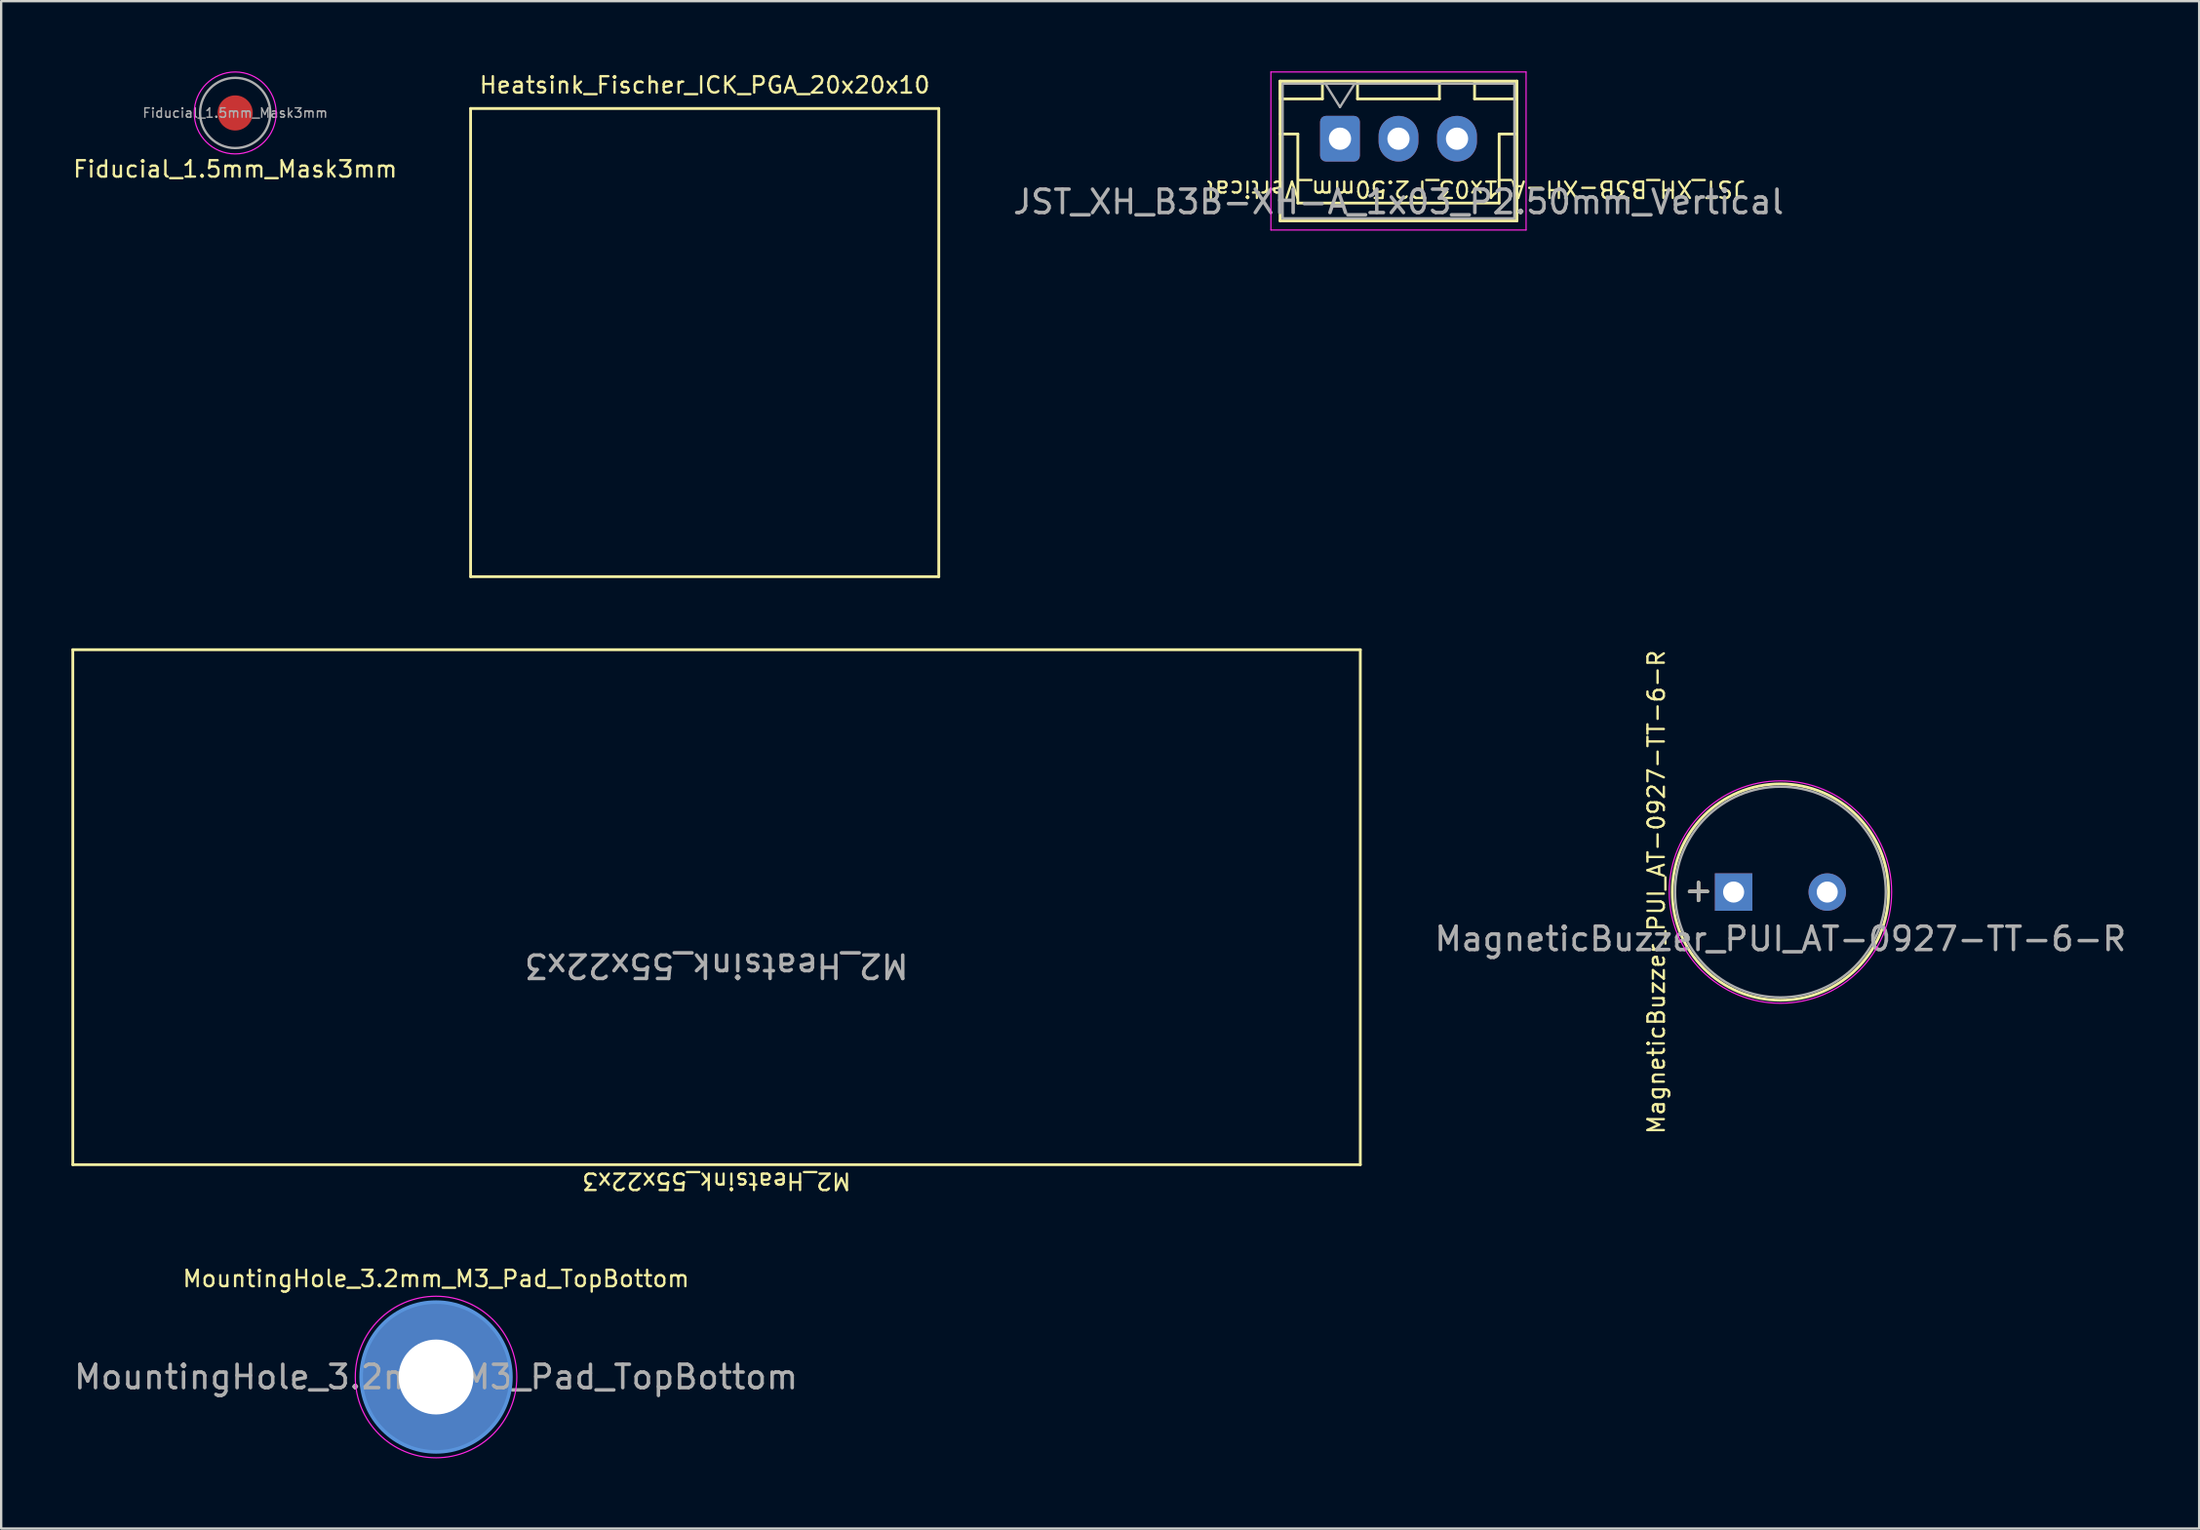
<source format=kicad_pcb>
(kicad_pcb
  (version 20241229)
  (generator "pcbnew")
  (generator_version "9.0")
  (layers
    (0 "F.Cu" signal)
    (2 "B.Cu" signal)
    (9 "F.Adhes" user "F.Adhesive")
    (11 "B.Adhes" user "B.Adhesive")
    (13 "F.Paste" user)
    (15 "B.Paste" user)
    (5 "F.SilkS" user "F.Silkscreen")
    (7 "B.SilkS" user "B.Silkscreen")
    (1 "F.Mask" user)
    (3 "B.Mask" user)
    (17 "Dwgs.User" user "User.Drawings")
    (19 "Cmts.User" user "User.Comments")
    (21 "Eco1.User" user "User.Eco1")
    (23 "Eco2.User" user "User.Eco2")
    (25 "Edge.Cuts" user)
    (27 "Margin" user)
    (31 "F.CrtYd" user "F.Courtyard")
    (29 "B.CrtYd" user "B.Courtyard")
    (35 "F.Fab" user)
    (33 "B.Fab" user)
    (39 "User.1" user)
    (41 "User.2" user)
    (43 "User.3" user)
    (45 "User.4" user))
  (footprint "MountingHole_3.2mm_M3_Pad_TopBottom"
    (layer "F.Cu")
    (at 15.577 55.775)
    (property "Reference" "MountingHole_3.2mm_M3_Pad_TopBottom" (at 0 -4.2 0) (unlocked yes) (layer "F.SilkS") (effects (font (size 0.7 0.7) (thickness 0.1))))
    (attr exclude_from_pos_files exclude_from_bom)
    (fp_circle (center 0 0) (end 3.2 0) (stroke (width 0.15) (type solid)) (fill no) (layer "Cmts.User"))
    (fp_circle (center 0 0) (end 3.45 0) (stroke (width 0.05) (type solid)) (fill no) (layer "F.CrtYd"))
    (fp_text user "${REFERENCE}" (at 0 0 0) (layer "F.Fab") (effects (font (size 1 1) (thickness 0.15))))
    (pad "1" thru_hole circle (at 0 0) (size 3.6 3.6) (drill 3.2) (layers "*.Cu" "*.Mask"))
    (pad "1" connect circle (at 0 0) (size 6.4 6.4) (layers "F.Cu" "F.Mask"))
    (pad "1" connect circle (at 0 0) (size 6.4 6.4) (layers "B.Cu" "B.Mask")))
  (footprint "Fiducial_1.5mm_Mask3mm"
    (layer "F.Cu")
    (at 6.997 1.775)
    (property "Reference" "Fiducial_1.5mm_Mask3mm" (at 0 2.4 0) (unlocked yes) (layer "F.SilkS") (effects (font (size 0.7 0.7) (thickness 0.1))))
    (attr smd exclude_from_bom)
    (fp_circle (center 0 0) (end 1.75 0) (stroke (width 0.05) (type solid)) (fill no) (layer "F.CrtYd"))
    (fp_circle (center 0 0) (end 1.5 0) (stroke (width 0.1) (type solid)) (fill no) (layer "F.Fab"))
    (fp_text user "${REFERENCE}" (at 0 0 0) (layer "F.Fab") (effects (font (size 0.4 0.4) (thickness 0.06))))
    (pad "" smd circle (at 0 0) (size 1.5 1.5) (layers "F.Cu" "F.Mask")))
  (footprint "M2_Heatsink_55x22x3"
    (layer "F.Cu")
    (at 27.56 35.705)
    (property "Reference" "M2_Heatsink_55x22x3" (at 0 11.7 180) (unlocked yes) (layer "F.SilkS") (effects (font (size 0.7 0.7) (thickness 0.1))))
    (fp_line (start -27.5 -11) (end 27.5 -11) (stroke (width 0.12) (type solid)) (layer "F.SilkS"))
    (fp_line (start -27.5 11) (end -27.5 -11) (stroke (width 0.12) (type solid)) (layer "F.SilkS"))
    (fp_line (start 27.5 -11) (end 27.5 11) (stroke (width 0.12) (type solid)) (layer "F.SilkS"))
    (fp_line (start 27.5 11) (end -27.5 11) (stroke (width 0.12) (type solid)) (layer "F.SilkS"))
    (fp_text user "${REFERENCE}" (at 0 2.5 180) (unlocked yes) (layer "F.Fab") (effects (font (size 1 1) (thickness 0.15)))))
  (footprint "MagneticBuzzer_PUI_AT-0927-TT-6-R"
    (layer "F.Cu")
    (at 71.007 35.058)
    (property "Reference" "MagneticBuzzer_PUI_AT-0927-TT-6-R" (at -3.3 0 90) (layer "F.SilkS") (effects (font (size 0.7 0.7) (thickness 0.1))))
    (attr through_hole)
    (fp_circle (center 2 0) (end 6.62 0) (stroke (width 0.12) (type solid)) (fill no) (layer "F.SilkS"))
    (fp_circle (center 2 0) (end 6.75 0) (stroke (width 0.05) (type solid)) (fill no) (layer "F.CrtYd"))
    (fp_circle (center 2 0) (end 6.5 0) (stroke (width 0.1) (type solid)) (fill no) (layer "F.Fab"))
    (fp_text user "+" (at -1.5 -0.1 0) (layer "F.SilkS") (effects (font (size 1 1) (thickness 0.15))))
    (fp_text user "+" (at -1.5 -0.1 0) (layer "F.Fab") (effects (font (size 1 1) (thickness 0.15))))
    (fp_text user "${REFERENCE}" (at 2 2 0) (layer "F.Fab") (effects (font (size 1 1) (thickness 0.15))))
    (pad "1" thru_hole rect (at 0 0) (size 1.6 1.6) (drill 0.9) (layers "*.Cu" "*.Mask"))
    (pad "2" thru_hole circle (at 4 0) (size 1.6 1.6) (drill 0.9) (layers "*.Cu" "*.Mask")))
  (footprint "JST_XH_B3B-XH-A_1x03_P2.50mm_Vertical"
    (layer "F.Cu")
    (at 54.191 2.875)
    (property "Reference" "JST_XH_B3B-XH-A_1x03_P2.50mm_Vertical" (at 5.8 2.15 180) (unlocked yes) (layer "F.SilkS") (effects (font (size 0.7 0.7) (thickness 0.1))))
    (attr through_hole)
    (fp_line (start -2.56 -2.46) (end -2.56 3.51) (stroke (width 0.12) (type solid)) (layer "F.SilkS"))
    (fp_line (start -2.56 3.51) (end 7.56 3.51) (stroke (width 0.12) (type solid)) (layer "F.SilkS"))
    (fp_line (start -2.55 -2.45) (end -2.55 -1.7) (stroke (width 0.12) (type solid)) (layer "F.SilkS"))
    (fp_line (start -2.55 -1.7) (end -0.75 -1.7) (stroke (width 0.12) (type solid)) (layer "F.SilkS"))
    (fp_line (start -2.55 -0.2) (end -1.8 -0.2) (stroke (width 0.12) (type solid)) (layer "F.SilkS"))
    (fp_line (start -1.8 -0.2) (end -1.8 2.75) (stroke (width 0.12) (type solid)) (layer "F.SilkS"))
    (fp_line (start -1.8 2.75) (end 2.5 2.75) (stroke (width 0.12) (type solid)) (layer "F.SilkS"))
    (fp_line (start -0.75 -2.45) (end -2.55 -2.45) (stroke (width 0.12) (type solid)) (layer "F.SilkS"))
    (fp_line (start -0.75 -1.7) (end -0.75 -2.45) (stroke (width 0.12) (type solid)) (layer "F.SilkS"))
    (fp_line (start 0.75 -2.45) (end 0.75 -1.7) (stroke (width 0.12) (type solid)) (layer "F.SilkS"))
    (fp_line (start 0.75 -1.7) (end 4.25 -1.7) (stroke (width 0.12) (type solid)) (layer "F.SilkS"))
    (fp_line (start 4.25 -2.45) (end 0.75 -2.45) (stroke (width 0.12) (type solid)) (layer "F.SilkS"))
    (fp_line (start 4.25 -1.7) (end 4.25 -2.45) (stroke (width 0.12) (type solid)) (layer "F.SilkS"))
    (fp_line (start 5.75 -2.45) (end 5.75 -1.7) (stroke (width 0.12) (type solid)) (layer "F.SilkS"))
    (fp_line (start 5.75 -1.7) (end 7.55 -1.7) (stroke (width 0.12) (type solid)) (layer "F.SilkS"))
    (fp_line (start 6.8 -0.2) (end 6.8 2.75) (stroke (width 0.12) (type solid)) (layer "F.SilkS"))
    (fp_line (start 6.8 2.75) (end 2.5 2.75) (stroke (width 0.12) (type solid)) (layer "F.SilkS"))
    (fp_line (start 7.55 -2.45) (end 5.75 -2.45) (stroke (width 0.12) (type solid)) (layer "F.SilkS"))
    (fp_line (start 7.55 -1.7) (end 7.55 -2.45) (stroke (width 0.12) (type solid)) (layer "F.SilkS"))
    (fp_line (start 7.55 -0.2) (end 6.8 -0.2) (stroke (width 0.12) (type solid)) (layer "F.SilkS"))
    (fp_line (start 7.56 -2.46) (end -2.56 -2.46) (stroke (width 0.12) (type solid)) (layer "F.SilkS"))
    (fp_line (start 7.56 3.51) (end 7.56 -2.46) (stroke (width 0.12) (type solid)) (layer "F.SilkS"))
    (fp_line (start -2.95 -2.85) (end -2.95 3.9) (stroke (width 0.05) (type solid)) (layer "F.CrtYd"))
    (fp_line (start -2.95 3.9) (end 7.95 3.9) (stroke (width 0.05) (type solid)) (layer "F.CrtYd"))
    (fp_line (start 7.95 -2.85) (end -2.95 -2.85) (stroke (width 0.05) (type solid)) (layer "F.CrtYd"))
    (fp_line (start 7.95 3.9) (end 7.95 -2.85) (stroke (width 0.05) (type solid)) (layer "F.CrtYd"))
    (fp_line (start -2.45 -2.35) (end -2.45 3.4) (stroke (width 0.1) (type solid)) (layer "F.Fab"))
    (fp_line (start -2.45 3.4) (end 7.45 3.4) (stroke (width 0.1) (type solid)) (layer "F.Fab"))
    (fp_line (start -0.625 -2.35) (end 0 -1.35) (stroke (width 0.1) (type solid)) (layer "F.Fab"))
    (fp_line (start 0 -1.35) (end 0.625 -2.35) (stroke (width 0.1) (type solid)) (layer "F.Fab"))
    (fp_line (start 7.45 -2.35) (end -2.45 -2.35) (stroke (width 0.1) (type solid)) (layer "F.Fab"))
    (fp_line (start 7.45 3.4) (end 7.45 -2.35) (stroke (width 0.1) (type solid)) (layer "F.Fab"))
    (fp_text user "${REFERENCE}" (at 2.5 2.7 180) (layer "F.Fab") (effects (font (size 1 1) (thickness 0.15))))
    (pad "1" thru_hole roundrect (at 0 0) (size 1.7 1.95) (drill 0.95) (layers "*.Cu" "*.Mask") (roundrect_rratio 0.147))
    (pad "2" thru_hole oval (at 2.5 0) (size 1.7 1.95) (drill 0.95) (layers "*.Cu" "*.Mask"))
    (pad "3" thru_hole oval (at 5 0) (size 1.7 1.95) (drill 0.95) (layers "*.Cu" "*.Mask")))
  (footprint "Heatsink_Fischer_ICK_PGA_20x20x10"
    (layer "F.Cu")
    (at 27.053 11.585)
    (property "Reference" "Heatsink_Fischer_ICK_PGA_20x20x10" (at 0 -11 0) (unlocked yes) (layer "F.SilkS") (effects (font (size 0.7 0.7) (thickness 0.1))))
    (attr exclude_from_pos_files exclude_from_bom)
    (fp_line (start -10 -10) (end 10 -10) (stroke (width 0.12) (type solid)) (layer "F.SilkS"))
    (fp_line (start -10 10) (end -10 -10) (stroke (width 0.12) (type solid)) (layer "F.SilkS"))
    (fp_line (start 10 -10) (end 10 10) (stroke (width 0.12) (type solid)) (layer "F.SilkS"))
    (fp_line (start 10 10) (end -10 10) (stroke (width 0.12) (type solid)) (layer "F.SilkS")))
  (gr_rect
    (start -3 -3)
    (end 90.894 62.25)
    (stroke (width 0.1) (type default))
    (fill no)
    (layer "Edge.Cuts")))
</source>
